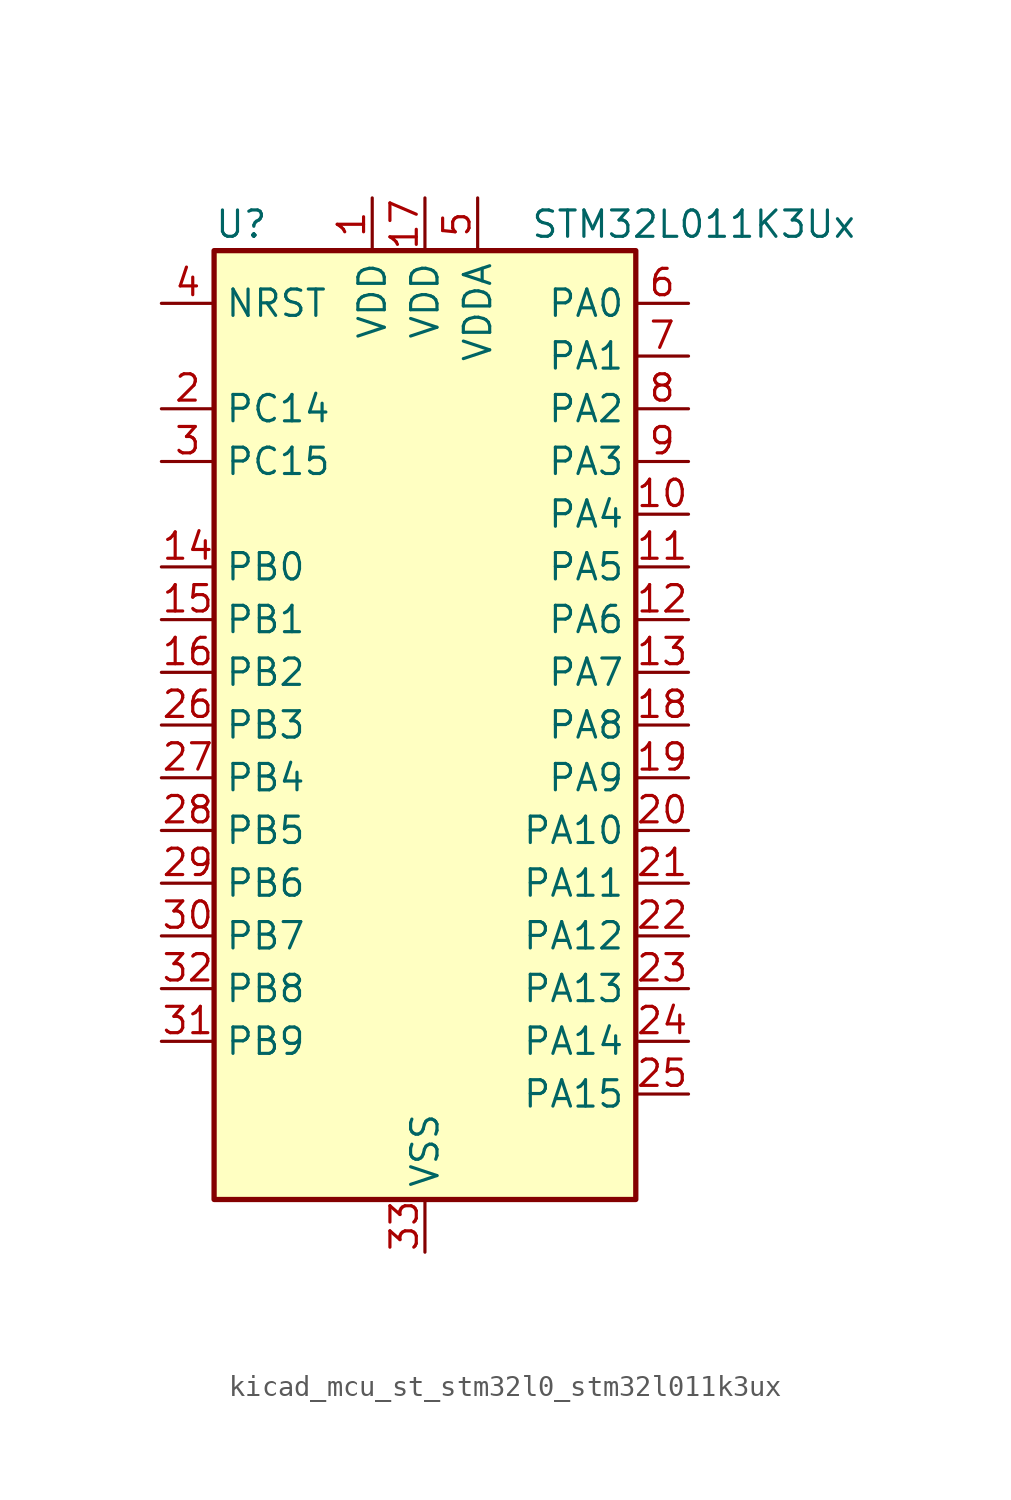
<source format=kicad_sym>
(kicad_symbol_lib
  (version 20220914)
  (generator kicad_symbol_editor)
  (symbol "kicad_mcu_st_stm32l0_stm32l011k3ux"
    (property "Reference" "U"
      (at -10.16 24.13 0)
      (effects (font (size 1.27 1.27)) (justify left)))
    (property "Value" "STM32L011K3Ux"
      (at 5.08 24.13 0)
      (effects (font (size 1.27 1.27)) (justify left)))
    (property "ki_locked" ""
      (at 0 0 0)
      (effects (font (size 1.27 1.27))))
    (symbol "kicad_mcu_st_stm32l0_stm32l011k3ux_0_1"
      (rectangle (start -10.16 -22.86) (end 10.16 22.86) (stroke (width 0.254) (type default)) (fill (type background))))
    (symbol "kicad_mcu_st_stm32l0_stm32l011k3ux_1_1"
      (pin power_in line (at -2.54 25.4 270) (length 2.54) (name "VDD" (effects (font (size 1.27 1.27)))) (number "1" (effects (font (size 1.27 1.27)))))
      (pin bidirectional line (at 12.7 10.16 180) (length 2.54) (name "PA4" (effects (font (size 1.27 1.27)))) (number "10" (effects (font (size 1.27 1.27)))) (alternate "ADC_IN4" bidirectional line) (alternate "COMP1_INM" bidirectional line) (alternate "COMP2_INM" bidirectional line) (alternate "COMP2_OUT" bidirectional line) (alternate "I2C1_SCL" bidirectional line) (alternate "LPTIM1_ETR" bidirectional line) (alternate "LPTIM1_IN1" bidirectional line) (alternate "LPUART1_TX" bidirectional line) (alternate "SPI1_NSS" bidirectional line) (alternate "TIM2_ETR" bidirectional line) (alternate "USART2_CK" bidirectional line))
      (pin bidirectional line (at 12.7 7.62 180) (length 2.54) (name "PA5" (effects (font (size 1.27 1.27)))) (number "11" (effects (font (size 1.27 1.27)))) (alternate "ADC_IN5" bidirectional line) (alternate "COMP1_INM" bidirectional line) (alternate "COMP2_INM" bidirectional line) (alternate "LPTIM1_IN2" bidirectional line) (alternate "SPI1_SCK" bidirectional line) (alternate "TIM2_CH1" bidirectional line) (alternate "TIM2_ETR" bidirectional line))
      (pin bidirectional line (at 12.7 5.08 180) (length 2.54) (name "PA6" (effects (font (size 1.27 1.27)))) (number "12" (effects (font (size 1.27 1.27)))) (alternate "ADC_IN6" bidirectional line) (alternate "COMP1_OUT" bidirectional line) (alternate "LPTIM1_ETR" bidirectional line) (alternate "LPUART1_CTS" bidirectional line) (alternate "SPI1_MISO" bidirectional line))
      (pin bidirectional line (at 12.7 2.54 180) (length 2.54) (name "PA7" (effects (font (size 1.27 1.27)))) (number "13" (effects (font (size 1.27 1.27)))) (alternate "ADC_IN7" bidirectional line) (alternate "COMP2_INP" bidirectional line) (alternate "COMP2_OUT" bidirectional line) (alternate "LPTIM1_OUT" bidirectional line) (alternate "SPI1_MOSI" bidirectional line) (alternate "TIM21_ETR" bidirectional line) (alternate "USART2_CTS" bidirectional line))
      (pin bidirectional line (at -12.7 7.62 0) (length 2.54) (name "PB0" (effects (font (size 1.27 1.27)))) (number "14" (effects (font (size 1.27 1.27)))) (alternate "ADC_IN8" bidirectional line) (alternate "SPI1_MISO" bidirectional line) (alternate "SYS_VREF_OUT_PB0" bidirectional line) (alternate "TIM2_CH2" bidirectional line) (alternate "TIM2_CH3" bidirectional line) (alternate "USART2_DE" bidirectional line) (alternate "USART2_RTS" bidirectional line))
      (pin bidirectional line (at -12.7 5.08 0) (length 2.54) (name "PB1" (effects (font (size 1.27 1.27)))) (number "15" (effects (font (size 1.27 1.27)))) (alternate "ADC_IN9" bidirectional line) (alternate "LPTIM1_IN1" bidirectional line) (alternate "LPUART1_DE" bidirectional line) (alternate "LPUART1_RTS" bidirectional line) (alternate "SPI1_MOSI" bidirectional line) (alternate "SYS_VREF_OUT_PB1" bidirectional line) (alternate "TIM2_CH4" bidirectional line) (alternate "USART2_CK" bidirectional line))
      (pin bidirectional line (at -12.7 2.54 0) (length 2.54) (name "PB2" (effects (font (size 1.27 1.27)))) (number "16" (effects (font (size 1.27 1.27)))) (alternate "LPTIM1_OUT" bidirectional line))
      (pin power_in line (at 0 25.4 270) (length 2.54) (name "VDD" (effects (font (size 1.27 1.27)))) (number "17" (effects (font (size 1.27 1.27)))))
      (pin bidirectional line (at 12.7 0 180) (length 2.54) (name "PA8" (effects (font (size 1.27 1.27)))) (number "18" (effects (font (size 1.27 1.27)))) (alternate "LPTIM1_IN1" bidirectional line) (alternate "RCC_MCO" bidirectional line) (alternate "TIM2_CH1" bidirectional line) (alternate "USART2_CK" bidirectional line))
      (pin bidirectional line (at 12.7 -2.54 180) (length 2.54) (name "PA9" (effects (font (size 1.27 1.27)))) (number "19" (effects (font (size 1.27 1.27)))) (alternate "COMP1_OUT" bidirectional line) (alternate "I2C1_SCL" bidirectional line) (alternate "LPTIM1_OUT" bidirectional line) (alternate "RCC_MCO" bidirectional line) (alternate "TIM21_CH2" bidirectional line) (alternate "USART2_TX" bidirectional line))
      (pin bidirectional line (at -12.7 15.24 0) (length 2.54) (name "PC14" (effects (font (size 1.27 1.27)))) (number "2" (effects (font (size 1.27 1.27)))) (alternate "RCC_OSC32_IN" bidirectional line))
      (pin bidirectional line (at 12.7 -5.08 180) (length 2.54) (name "PA10" (effects (font (size 1.27 1.27)))) (number "20" (effects (font (size 1.27 1.27)))) (alternate "COMP1_OUT" bidirectional line) (alternate "I2C1_SDA" bidirectional line) (alternate "RTC_REFIN" bidirectional line) (alternate "TIM21_CH1" bidirectional line) (alternate "TIM2_CH3" bidirectional line) (alternate "USART2_RX" bidirectional line))
      (pin bidirectional line (at 12.7 -7.62 180) (length 2.54) (name "PA11" (effects (font (size 1.27 1.27)))) (number "21" (effects (font (size 1.27 1.27)))) (alternate "ADC_EXTI11" bidirectional line) (alternate "COMP1_OUT" bidirectional line) (alternate "LPTIM1_OUT" bidirectional line) (alternate "SPI1_MISO" bidirectional line) (alternate "TIM21_CH2" bidirectional line) (alternate "USART2_CTS" bidirectional line))
      (pin bidirectional line (at 12.7 -10.16 180) (length 2.54) (name "PA12" (effects (font (size 1.27 1.27)))) (number "22" (effects (font (size 1.27 1.27)))) (alternate "COMP2_OUT" bidirectional line) (alternate "SPI1_MOSI" bidirectional line) (alternate "USART2_DE" bidirectional line) (alternate "USART2_RTS" bidirectional line))
      (pin bidirectional line (at 12.7 -12.7 180) (length 2.54) (name "PA13" (effects (font (size 1.27 1.27)))) (number "23" (effects (font (size 1.27 1.27)))) (alternate "COMP1_OUT" bidirectional line) (alternate "I2C1_SDA" bidirectional line) (alternate "LPTIM1_ETR" bidirectional line) (alternate "LPUART1_RX" bidirectional line) (alternate "SPI1_SCK" bidirectional line) (alternate "SYS_SWDIO" bidirectional line))
      (pin bidirectional line (at 12.7 -15.24 180) (length 2.54) (name "PA14" (effects (font (size 1.27 1.27)))) (number "24" (effects (font (size 1.27 1.27)))) (alternate "COMP2_OUT" bidirectional line) (alternate "I2C1_SMBA" bidirectional line) (alternate "LPTIM1_OUT" bidirectional line) (alternate "LPUART1_TX" bidirectional line) (alternate "SPI1_MISO" bidirectional line) (alternate "SYS_SWCLK" bidirectional line) (alternate "USART2_TX" bidirectional line))
      (pin bidirectional line (at 12.7 -17.78 180) (length 2.54) (name "PA15" (effects (font (size 1.27 1.27)))) (number "25" (effects (font (size 1.27 1.27)))) (alternate "SPI1_NSS" bidirectional line) (alternate "TIM2_CH1" bidirectional line) (alternate "TIM2_ETR" bidirectional line) (alternate "USART2_RX" bidirectional line))
      (pin bidirectional line (at -12.7 0 0) (length 2.54) (name "PB3" (effects (font (size 1.27 1.27)))) (number "26" (effects (font (size 1.27 1.27)))) (alternate "COMP2_INM" bidirectional line) (alternate "SPI1_SCK" bidirectional line) (alternate "TIM2_CH2" bidirectional line))
      (pin bidirectional line (at -12.7 -2.54 0) (length 2.54) (name "PB4" (effects (font (size 1.27 1.27)))) (number "27" (effects (font (size 1.27 1.27)))) (alternate "COMP2_INP" bidirectional line) (alternate "SPI1_MISO" bidirectional line))
      (pin bidirectional line (at -12.7 -5.08 0) (length 2.54) (name "PB5" (effects (font (size 1.27 1.27)))) (number "28" (effects (font (size 1.27 1.27)))) (alternate "COMP2_INP" bidirectional line) (alternate "I2C1_SMBA" bidirectional line) (alternate "LPTIM1_IN1" bidirectional line) (alternate "SPI1_MOSI" bidirectional line) (alternate "TIM21_CH1" bidirectional line))
      (pin bidirectional line (at -12.7 -7.62 0) (length 2.54) (name "PB6" (effects (font (size 1.27 1.27)))) (number "29" (effects (font (size 1.27 1.27)))) (alternate "COMP2_INP" bidirectional line) (alternate "I2C1_SCL" bidirectional line) (alternate "LPTIM1_ETR" bidirectional line) (alternate "LPUART1_TX" bidirectional line) (alternate "TIM2_CH3" bidirectional line) (alternate "USART2_TX" bidirectional line))
      (pin bidirectional line (at -12.7 12.7 0) (length 2.54) (name "PC15" (effects (font (size 1.27 1.27)))) (number "3" (effects (font (size 1.27 1.27)))) (alternate "RCC_OSC32_OUT" bidirectional line))
      (pin bidirectional line (at -12.7 -10.16 0) (length 2.54) (name "PB7" (effects (font (size 1.27 1.27)))) (number "30" (effects (font (size 1.27 1.27)))) (alternate "COMP2_INP" bidirectional line) (alternate "I2C1_SDA" bidirectional line) (alternate "LPTIM1_IN2" bidirectional line) (alternate "LPUART1_RX" bidirectional line) (alternate "SYS_PVD_IN" bidirectional line) (alternate "TIM2_CH4" bidirectional line) (alternate "USART2_RX" bidirectional line))
      (pin bidirectional line (at -12.7 -15.24 0) (length 2.54) (name "PB9" (effects (font (size 1.27 1.27)))) (number "31" (effects (font (size 1.27 1.27)))))
      (pin bidirectional line (at -12.7 -12.7 0) (length 2.54) (name "PB8" (effects (font (size 1.27 1.27)))) (number "32" (effects (font (size 1.27 1.27)))) (alternate "I2C1_SCL" bidirectional line) (alternate "SPI1_NSS" bidirectional line) (alternate "USART2_TX" bidirectional line))
      (pin power_in line (at 0 -25.4 90) (length 2.54) (name "VSS" (effects (font (size 1.27 1.27)))) (number "33" (effects (font (size 1.27 1.27)))))
      (pin input line (at -12.7 20.32 0) (length 2.54) (name "NRST" (effects (font (size 1.27 1.27)))) (number "4" (effects (font (size 1.27 1.27)))))
      (pin power_in line (at 2.54 25.4 270) (length 2.54) (name "VDDA" (effects (font (size 1.27 1.27)))) (number "5" (effects (font (size 1.27 1.27)))))
      (pin bidirectional line (at 12.7 20.32 180) (length 2.54) (name "PA0" (effects (font (size 1.27 1.27)))) (number "6" (effects (font (size 1.27 1.27)))) (alternate "ADC_IN0" bidirectional line) (alternate "COMP1_INM" bidirectional line) (alternate "COMP1_OUT" bidirectional line) (alternate "LPTIM1_IN1" bidirectional line) (alternate "LPUART1_RX" bidirectional line) (alternate "RCC_CK_IN" bidirectional line) (alternate "RTC_TAMP2" bidirectional line) (alternate "SYS_WKUP1" bidirectional line) (alternate "TIM2_CH1" bidirectional line) (alternate "TIM2_ETR" bidirectional line) (alternate "USART2_CTS" bidirectional line) (alternate "USART2_RX" bidirectional line))
      (pin bidirectional line (at 12.7 17.78 180) (length 2.54) (name "PA1" (effects (font (size 1.27 1.27)))) (number "7" (effects (font (size 1.27 1.27)))) (alternate "ADC_IN1" bidirectional line) (alternate "COMP1_INP" bidirectional line) (alternate "I2C1_SMBA" bidirectional line) (alternate "LPTIM1_IN2" bidirectional line) (alternate "LPUART1_TX" bidirectional line) (alternate "TIM21_ETR" bidirectional line) (alternate "TIM2_CH2" bidirectional line) (alternate "USART2_DE" bidirectional line) (alternate "USART2_RTS" bidirectional line))
      (pin bidirectional line (at 12.7 15.24 180) (length 2.54) (name "PA2" (effects (font (size 1.27 1.27)))) (number "8" (effects (font (size 1.27 1.27)))) (alternate "ADC_IN2" bidirectional line) (alternate "COMP2_INM" bidirectional line) (alternate "COMP2_OUT" bidirectional line) (alternate "LPUART1_TX" bidirectional line) (alternate "RTC_OUT_ALARM" bidirectional line) (alternate "RTC_OUT_CALIB" bidirectional line) (alternate "RTC_TAMP3" bidirectional line) (alternate "RTC_TS" bidirectional line) (alternate "SYS_WKUP3" bidirectional line) (alternate "TIM21_CH1" bidirectional line) (alternate "TIM2_CH3" bidirectional line) (alternate "USART2_TX" bidirectional line))
      (pin bidirectional line (at 12.7 12.7 180) (length 2.54) (name "PA3" (effects (font (size 1.27 1.27)))) (number "9" (effects (font (size 1.27 1.27)))) (alternate "ADC_IN3" bidirectional line) (alternate "COMP2_INP" bidirectional line) (alternate "LPUART1_RX" bidirectional line) (alternate "TIM21_CH2" bidirectional line) (alternate "TIM2_CH4" bidirectional line) (alternate "USART2_RX" bidirectional line)))))
</source>
